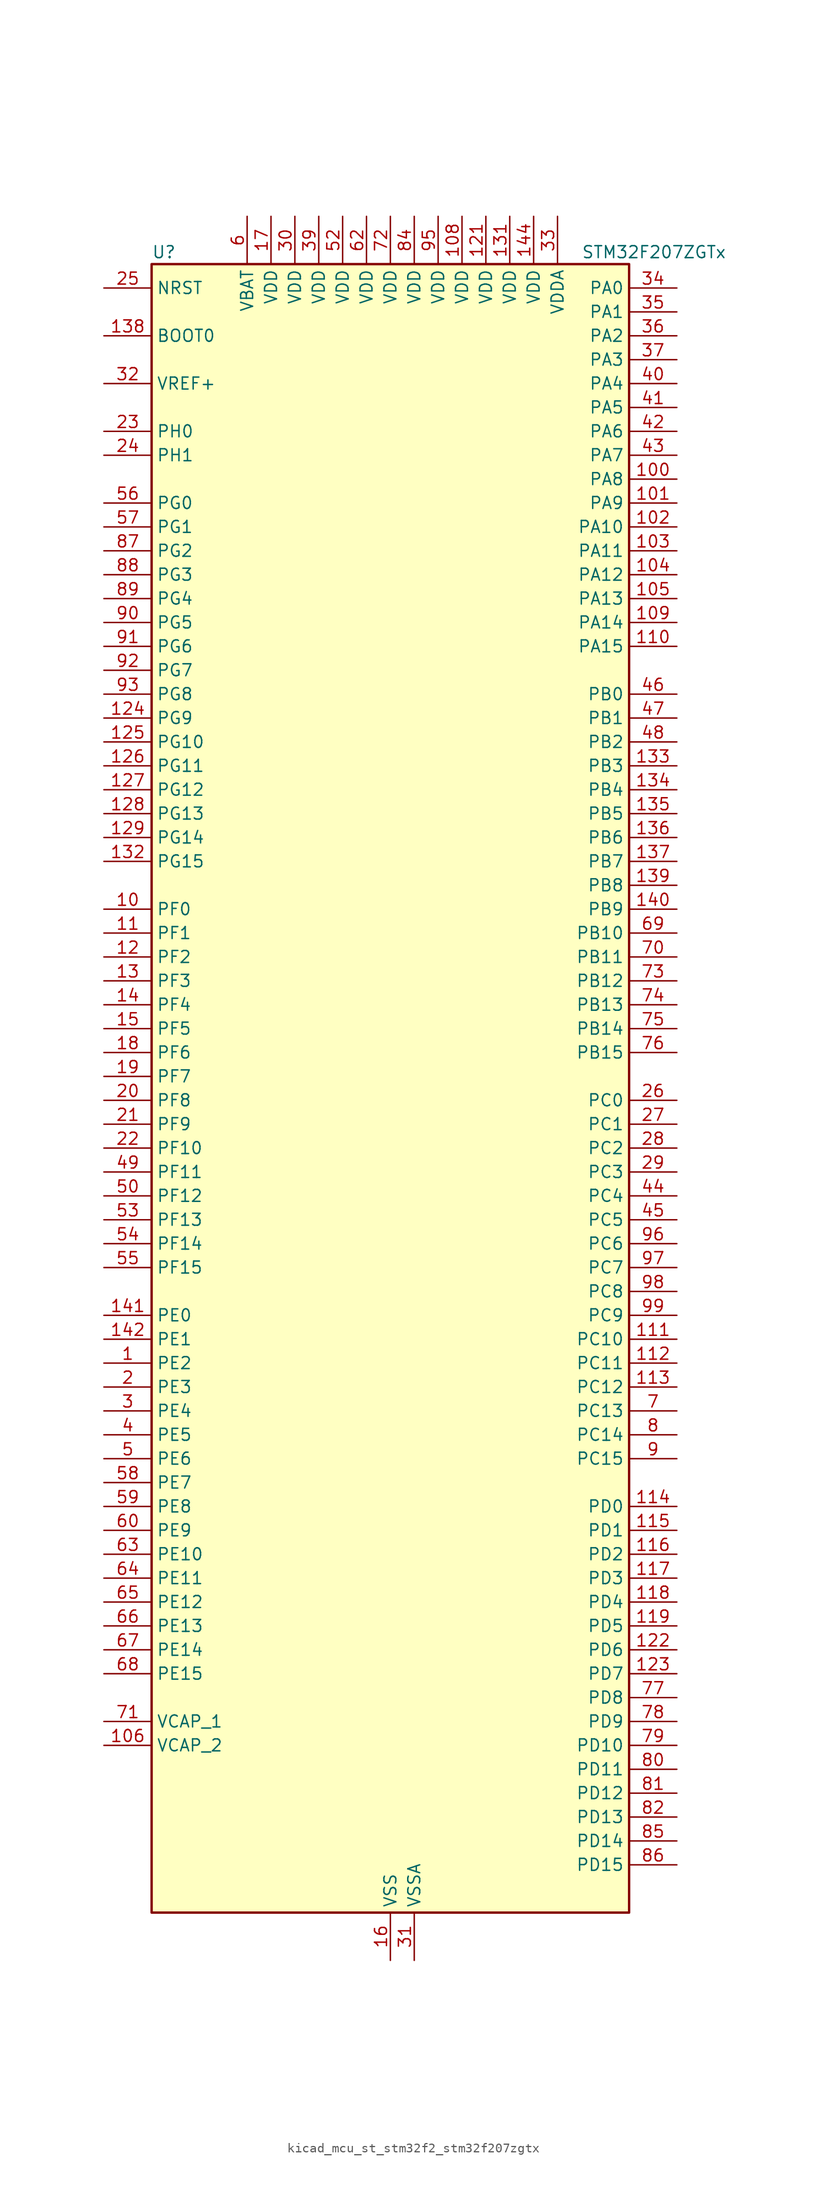
<source format=kicad_sym>
(kicad_symbol_lib
  (version 20220914)
  (generator kicad_symbol_editor)
  (symbol "kicad_mcu_st_stm32f2_stm32f207zgtx"
    (property "Reference" "U"
      (at -25.4 90.17 0)
      (effects (font (size 1.27 1.27)) (justify left)))
    (property "Value" "STM32F207ZGTx"
      (at 20.32 90.17 0)
      (effects (font (size 1.27 1.27)) (justify left)))
    (property "ki_locked" ""
      (at 0 0 0)
      (effects (font (size 1.27 1.27))))
    (symbol "kicad_mcu_st_stm32f2_stm32f207zgtx_0_1"
      (rectangle (start -25.4 -86.36) (end 25.4 88.9) (stroke (width 0.254) (type default)) (fill (type background))))
    (symbol "kicad_mcu_st_stm32f2_stm32f207zgtx_1_1"
      (pin bidirectional line (at -30.48 -27.94 0) (length 5.08) (name "PE2" (effects (font (size 1.27 1.27)))) (number "1" (effects (font (size 1.27 1.27)))) (alternate "ETH_TXD3" bidirectional line) (alternate "FSMC_A23" bidirectional line) (alternate "SYS_TRACECLK" bidirectional line))
      (pin bidirectional line (at -30.48 20.32 0) (length 5.08) (name "PF0" (effects (font (size 1.27 1.27)))) (number "10" (effects (font (size 1.27 1.27)))) (alternate "FSMC_A0" bidirectional line) (alternate "I2C2_SDA" bidirectional line))
      (pin bidirectional line (at 30.48 66.04 180) (length 5.08) (name "PA8" (effects (font (size 1.27 1.27)))) (number "100" (effects (font (size 1.27 1.27)))) (alternate "I2C3_SCL" bidirectional line) (alternate "RCC_MCO_1" bidirectional line) (alternate "TIM1_CH1" bidirectional line) (alternate "USART1_CK" bidirectional line) (alternate "USB_OTG_FS_SOF" bidirectional line))
      (pin bidirectional line (at 30.48 63.5 180) (length 5.08) (name "PA9" (effects (font (size 1.27 1.27)))) (number "101" (effects (font (size 1.27 1.27)))) (alternate "DAC_EXTI9" bidirectional line) (alternate "DCMI_D0" bidirectional line) (alternate "I2C3_SMBA" bidirectional line) (alternate "TIM1_CH2" bidirectional line) (alternate "USART1_TX" bidirectional line) (alternate "USB_OTG_FS_VBUS" bidirectional line))
      (pin bidirectional line (at 30.48 60.96 180) (length 5.08) (name "PA10" (effects (font (size 1.27 1.27)))) (number "102" (effects (font (size 1.27 1.27)))) (alternate "DCMI_D1" bidirectional line) (alternate "TIM1_CH3" bidirectional line) (alternate "USART1_RX" bidirectional line) (alternate "USB_OTG_FS_ID" bidirectional line))
      (pin bidirectional line (at 30.48 58.42 180) (length 5.08) (name "PA11" (effects (font (size 1.27 1.27)))) (number "103" (effects (font (size 1.27 1.27)))) (alternate "ADC1_EXTI11" bidirectional line) (alternate "ADC2_EXTI11" bidirectional line) (alternate "ADC3_EXTI11" bidirectional line) (alternate "CAN1_RX" bidirectional line) (alternate "TIM1_CH4" bidirectional line) (alternate "USART1_CTS" bidirectional line) (alternate "USB_OTG_FS_DM" bidirectional line))
      (pin bidirectional line (at 30.48 55.88 180) (length 5.08) (name "PA12" (effects (font (size 1.27 1.27)))) (number "104" (effects (font (size 1.27 1.27)))) (alternate "CAN1_TX" bidirectional line) (alternate "TIM1_ETR" bidirectional line) (alternate "USART1_RTS" bidirectional line) (alternate "USB_OTG_FS_DP" bidirectional line))
      (pin bidirectional line (at 30.48 53.34 180) (length 5.08) (name "PA13" (effects (font (size 1.27 1.27)))) (number "105" (effects (font (size 1.27 1.27)))) (alternate "SYS_JTMS-SWDIO" bidirectional line))
      (pin power_out line (at -30.48 -68.58 0) (length 5.08) (name "VCAP_2" (effects (font (size 1.27 1.27)))) (number "106" (effects (font (size 1.27 1.27)))))
      (pin passive line (at 0 -91.44 90) (length 5.08) hide (name "VSS" (effects (font (size 1.27 1.27)))) (number "107" (effects (font (size 1.27 1.27)))))
      (pin power_in line (at 7.62 93.98 270) (length 5.08) (name "VDD" (effects (font (size 1.27 1.27)))) (number "108" (effects (font (size 1.27 1.27)))))
      (pin bidirectional line (at 30.48 50.8 180) (length 5.08) (name "PA14" (effects (font (size 1.27 1.27)))) (number "109" (effects (font (size 1.27 1.27)))) (alternate "SYS_JTCK-SWCLK" bidirectional line))
      (pin bidirectional line (at -30.48 17.78 0) (length 5.08) (name "PF1" (effects (font (size 1.27 1.27)))) (number "11" (effects (font (size 1.27 1.27)))) (alternate "FSMC_A1" bidirectional line) (alternate "I2C2_SCL" bidirectional line))
      (pin bidirectional line (at 30.48 48.26 180) (length 5.08) (name "PA15" (effects (font (size 1.27 1.27)))) (number "110" (effects (font (size 1.27 1.27)))) (alternate "ADC1_EXTI15" bidirectional line) (alternate "ADC2_EXTI15" bidirectional line) (alternate "ADC3_EXTI15" bidirectional line) (alternate "I2S3_WS" bidirectional line) (alternate "SPI1_NSS" bidirectional line) (alternate "SPI3_NSS" bidirectional line) (alternate "SYS_JTDI" bidirectional line) (alternate "TIM2_CH1" bidirectional line) (alternate "TIM2_ETR" bidirectional line))
      (pin bidirectional line (at 30.48 -25.4 180) (length 5.08) (name "PC10" (effects (font (size 1.27 1.27)))) (number "111" (effects (font (size 1.27 1.27)))) (alternate "DCMI_D8" bidirectional line) (alternate "I2S3_SCK" bidirectional line) (alternate "SDIO_D2" bidirectional line) (alternate "SPI3_SCK" bidirectional line) (alternate "UART4_TX" bidirectional line) (alternate "USART3_TX" bidirectional line))
      (pin bidirectional line (at 30.48 -27.94 180) (length 5.08) (name "PC11" (effects (font (size 1.27 1.27)))) (number "112" (effects (font (size 1.27 1.27)))) (alternate "ADC1_EXTI11" bidirectional line) (alternate "ADC2_EXTI11" bidirectional line) (alternate "ADC3_EXTI11" bidirectional line) (alternate "DCMI_D4" bidirectional line) (alternate "SDIO_D3" bidirectional line) (alternate "SPI3_MISO" bidirectional line) (alternate "UART4_RX" bidirectional line) (alternate "USART3_RX" bidirectional line))
      (pin bidirectional line (at 30.48 -30.48 180) (length 5.08) (name "PC12" (effects (font (size 1.27 1.27)))) (number "113" (effects (font (size 1.27 1.27)))) (alternate "DCMI_D9" bidirectional line) (alternate "I2S3_SD" bidirectional line) (alternate "SDIO_CK" bidirectional line) (alternate "SPI3_MOSI" bidirectional line) (alternate "UART5_TX" bidirectional line) (alternate "USART3_CK" bidirectional line))
      (pin bidirectional line (at 30.48 -43.18 180) (length 5.08) (name "PD0" (effects (font (size 1.27 1.27)))) (number "114" (effects (font (size 1.27 1.27)))) (alternate "CAN1_RX" bidirectional line) (alternate "FSMC_D2" bidirectional line) (alternate "FSMC_DA2" bidirectional line))
      (pin bidirectional line (at 30.48 -45.72 180) (length 5.08) (name "PD1" (effects (font (size 1.27 1.27)))) (number "115" (effects (font (size 1.27 1.27)))) (alternate "CAN1_TX" bidirectional line) (alternate "FSMC_D3" bidirectional line) (alternate "FSMC_DA3" bidirectional line))
      (pin bidirectional line (at 30.48 -48.26 180) (length 5.08) (name "PD2" (effects (font (size 1.27 1.27)))) (number "116" (effects (font (size 1.27 1.27)))) (alternate "DCMI_D11" bidirectional line) (alternate "SDIO_CMD" bidirectional line) (alternate "TIM3_ETR" bidirectional line) (alternate "UART5_RX" bidirectional line))
      (pin bidirectional line (at 30.48 -50.8 180) (length 5.08) (name "PD3" (effects (font (size 1.27 1.27)))) (number "117" (effects (font (size 1.27 1.27)))) (alternate "FSMC_CLK" bidirectional line) (alternate "USART2_CTS" bidirectional line))
      (pin bidirectional line (at 30.48 -53.34 180) (length 5.08) (name "PD4" (effects (font (size 1.27 1.27)))) (number "118" (effects (font (size 1.27 1.27)))) (alternate "FSMC_NOE" bidirectional line) (alternate "USART2_RTS" bidirectional line))
      (pin bidirectional line (at 30.48 -55.88 180) (length 5.08) (name "PD5" (effects (font (size 1.27 1.27)))) (number "119" (effects (font (size 1.27 1.27)))) (alternate "FSMC_NWE" bidirectional line) (alternate "USART2_TX" bidirectional line))
      (pin bidirectional line (at -30.48 15.24 0) (length 5.08) (name "PF2" (effects (font (size 1.27 1.27)))) (number "12" (effects (font (size 1.27 1.27)))) (alternate "FSMC_A2" bidirectional line) (alternate "I2C2_SMBA" bidirectional line))
      (pin passive line (at 0 -91.44 90) (length 5.08) hide (name "VSS" (effects (font (size 1.27 1.27)))) (number "120" (effects (font (size 1.27 1.27)))))
      (pin power_in line (at 10.16 93.98 270) (length 5.08) (name "VDD" (effects (font (size 1.27 1.27)))) (number "121" (effects (font (size 1.27 1.27)))))
      (pin bidirectional line (at 30.48 -58.42 180) (length 5.08) (name "PD6" (effects (font (size 1.27 1.27)))) (number "122" (effects (font (size 1.27 1.27)))) (alternate "FSMC_NWAIT" bidirectional line) (alternate "USART2_RX" bidirectional line))
      (pin bidirectional line (at 30.48 -60.96 180) (length 5.08) (name "PD7" (effects (font (size 1.27 1.27)))) (number "123" (effects (font (size 1.27 1.27)))) (alternate "FSMC_NCE2" bidirectional line) (alternate "FSMC_NE1" bidirectional line) (alternate "USART2_CK" bidirectional line))
      (pin bidirectional line (at -30.48 40.64 0) (length 5.08) (name "PG9" (effects (font (size 1.27 1.27)))) (number "124" (effects (font (size 1.27 1.27)))) (alternate "DAC_EXTI9" bidirectional line) (alternate "FSMC_NCE3" bidirectional line) (alternate "FSMC_NE2" bidirectional line) (alternate "USART6_RX" bidirectional line))
      (pin bidirectional line (at -30.48 38.1 0) (length 5.08) (name "PG10" (effects (font (size 1.27 1.27)))) (number "125" (effects (font (size 1.27 1.27)))) (alternate "FSMC_NCE4_1" bidirectional line) (alternate "FSMC_NE3" bidirectional line))
      (pin bidirectional line (at -30.48 35.56 0) (length 5.08) (name "PG11" (effects (font (size 1.27 1.27)))) (number "126" (effects (font (size 1.27 1.27)))) (alternate "ADC1_EXTI11" bidirectional line) (alternate "ADC2_EXTI11" bidirectional line) (alternate "ADC3_EXTI11" bidirectional line) (alternate "ETH_TX_EN" bidirectional line) (alternate "FSMC_NCE4_2" bidirectional line))
      (pin bidirectional line (at -30.48 33.02 0) (length 5.08) (name "PG12" (effects (font (size 1.27 1.27)))) (number "127" (effects (font (size 1.27 1.27)))) (alternate "FSMC_NE4" bidirectional line) (alternate "USART6_RTS" bidirectional line))
      (pin bidirectional line (at -30.48 30.48 0) (length 5.08) (name "PG13" (effects (font (size 1.27 1.27)))) (number "128" (effects (font (size 1.27 1.27)))) (alternate "ETH_TXD0" bidirectional line) (alternate "FSMC_A24" bidirectional line) (alternate "USART6_CTS" bidirectional line))
      (pin bidirectional line (at -30.48 27.94 0) (length 5.08) (name "PG14" (effects (font (size 1.27 1.27)))) (number "129" (effects (font (size 1.27 1.27)))) (alternate "ETH_TXD1" bidirectional line) (alternate "FSMC_A25" bidirectional line) (alternate "USART6_TX" bidirectional line))
      (pin bidirectional line (at -30.48 12.7 0) (length 5.08) (name "PF3" (effects (font (size 1.27 1.27)))) (number "13" (effects (font (size 1.27 1.27)))) (alternate "ADC3_IN9" bidirectional line) (alternate "FSMC_A3" bidirectional line))
      (pin passive line (at 0 -91.44 90) (length 5.08) hide (name "VSS" (effects (font (size 1.27 1.27)))) (number "130" (effects (font (size 1.27 1.27)))))
      (pin power_in line (at 12.7 93.98 270) (length 5.08) (name "VDD" (effects (font (size 1.27 1.27)))) (number "131" (effects (font (size 1.27 1.27)))))
      (pin bidirectional line (at -30.48 25.4 0) (length 5.08) (name "PG15" (effects (font (size 1.27 1.27)))) (number "132" (effects (font (size 1.27 1.27)))) (alternate "ADC1_EXTI15" bidirectional line) (alternate "ADC2_EXTI15" bidirectional line) (alternate "ADC3_EXTI15" bidirectional line) (alternate "DCMI_D13" bidirectional line) (alternate "USART6_CTS" bidirectional line))
      (pin bidirectional line (at 30.48 35.56 180) (length 5.08) (name "PB3" (effects (font (size 1.27 1.27)))) (number "133" (effects (font (size 1.27 1.27)))) (alternate "I2S3_SCK" bidirectional line) (alternate "SPI1_SCK" bidirectional line) (alternate "SPI3_SCK" bidirectional line) (alternate "SYS_JTDO-SWO" bidirectional line) (alternate "TIM2_CH2" bidirectional line))
      (pin bidirectional line (at 30.48 33.02 180) (length 5.08) (name "PB4" (effects (font (size 1.27 1.27)))) (number "134" (effects (font (size 1.27 1.27)))) (alternate "SPI1_MISO" bidirectional line) (alternate "SPI3_MISO" bidirectional line) (alternate "SYS_JTRST" bidirectional line) (alternate "TIM3_CH1" bidirectional line))
      (pin bidirectional line (at 30.48 30.48 180) (length 5.08) (name "PB5" (effects (font (size 1.27 1.27)))) (number "135" (effects (font (size 1.27 1.27)))) (alternate "CAN2_RX" bidirectional line) (alternate "DCMI_D10" bidirectional line) (alternate "ETH_PPS_OUT" bidirectional line) (alternate "I2C1_SMBA" bidirectional line) (alternate "I2S3_SD" bidirectional line) (alternate "SPI1_MOSI" bidirectional line) (alternate "SPI3_MOSI" bidirectional line) (alternate "TIM3_CH2" bidirectional line) (alternate "USB_OTG_HS_ULPI_D7" bidirectional line))
      (pin bidirectional line (at 30.48 27.94 180) (length 5.08) (name "PB6" (effects (font (size 1.27 1.27)))) (number "136" (effects (font (size 1.27 1.27)))) (alternate "CAN2_TX" bidirectional line) (alternate "DCMI_D5" bidirectional line) (alternate "I2C1_SCL" bidirectional line) (alternate "TIM4_CH1" bidirectional line) (alternate "USART1_TX" bidirectional line))
      (pin bidirectional line (at 30.48 25.4 180) (length 5.08) (name "PB7" (effects (font (size 1.27 1.27)))) (number "137" (effects (font (size 1.27 1.27)))) (alternate "DCMI_VSYNC" bidirectional line) (alternate "FSMC_NL" bidirectional line) (alternate "I2C1_SDA" bidirectional line) (alternate "TIM4_CH2" bidirectional line) (alternate "USART1_RX" bidirectional line))
      (pin input line (at -30.48 81.28 0) (length 5.08) (name "BOOT0" (effects (font (size 1.27 1.27)))) (number "138" (effects (font (size 1.27 1.27)))))
      (pin bidirectional line (at 30.48 22.86 180) (length 5.08) (name "PB8" (effects (font (size 1.27 1.27)))) (number "139" (effects (font (size 1.27 1.27)))) (alternate "CAN1_RX" bidirectional line) (alternate "DCMI_D6" bidirectional line) (alternate "ETH_TXD3" bidirectional line) (alternate "I2C1_SCL" bidirectional line) (alternate "SDIO_D4" bidirectional line) (alternate "TIM10_CH1" bidirectional line) (alternate "TIM4_CH3" bidirectional line))
      (pin bidirectional line (at -30.48 10.16 0) (length 5.08) (name "PF4" (effects (font (size 1.27 1.27)))) (number "14" (effects (font (size 1.27 1.27)))) (alternate "ADC3_IN14" bidirectional line) (alternate "FSMC_A4" bidirectional line))
      (pin bidirectional line (at 30.48 20.32 180) (length 5.08) (name "PB9" (effects (font (size 1.27 1.27)))) (number "140" (effects (font (size 1.27 1.27)))) (alternate "CAN1_TX" bidirectional line) (alternate "DAC_EXTI9" bidirectional line) (alternate "DCMI_D7" bidirectional line) (alternate "I2C1_SDA" bidirectional line) (alternate "I2S2_WS" bidirectional line) (alternate "SDIO_D5" bidirectional line) (alternate "SPI2_NSS" bidirectional line) (alternate "TIM11_CH1" bidirectional line) (alternate "TIM4_CH4" bidirectional line))
      (pin bidirectional line (at -30.48 -22.86 0) (length 5.08) (name "PE0" (effects (font (size 1.27 1.27)))) (number "141" (effects (font (size 1.27 1.27)))) (alternate "DCMI_D2" bidirectional line) (alternate "FSMC_NBL0" bidirectional line) (alternate "TIM4_ETR" bidirectional line))
      (pin bidirectional line (at -30.48 -25.4 0) (length 5.08) (name "PE1" (effects (font (size 1.27 1.27)))) (number "142" (effects (font (size 1.27 1.27)))) (alternate "DCMI_D3" bidirectional line) (alternate "FSMC_NBL1" bidirectional line))
      (pin no_connect line (at -25.4 -86.36 0) (length 5.08) hide (name "RFU" (effects (font (size 1.27 1.27)))) (number "143" (effects (font (size 1.27 1.27)))))
      (pin power_in line (at 15.24 93.98 270) (length 5.08) (name "VDD" (effects (font (size 1.27 1.27)))) (number "144" (effects (font (size 1.27 1.27)))))
      (pin bidirectional line (at -30.48 7.62 0) (length 5.08) (name "PF5" (effects (font (size 1.27 1.27)))) (number "15" (effects (font (size 1.27 1.27)))) (alternate "ADC3_IN15" bidirectional line) (alternate "FSMC_A5" bidirectional line))
      (pin power_in line (at 0 -91.44 90) (length 5.08) (name "VSS" (effects (font (size 1.27 1.27)))) (number "16" (effects (font (size 1.27 1.27)))))
      (pin power_in line (at -12.7 93.98 270) (length 5.08) (name "VDD" (effects (font (size 1.27 1.27)))) (number "17" (effects (font (size 1.27 1.27)))))
      (pin bidirectional line (at -30.48 5.08 0) (length 5.08) (name "PF6" (effects (font (size 1.27 1.27)))) (number "18" (effects (font (size 1.27 1.27)))) (alternate "ADC3_IN4" bidirectional line) (alternate "FSMC_NIORD" bidirectional line) (alternate "TIM10_CH1" bidirectional line))
      (pin bidirectional line (at -30.48 2.54 0) (length 5.08) (name "PF7" (effects (font (size 1.27 1.27)))) (number "19" (effects (font (size 1.27 1.27)))) (alternate "ADC3_IN5" bidirectional line) (alternate "FSMC_NREG" bidirectional line) (alternate "TIM11_CH1" bidirectional line))
      (pin bidirectional line (at -30.48 -30.48 0) (length 5.08) (name "PE3" (effects (font (size 1.27 1.27)))) (number "2" (effects (font (size 1.27 1.27)))) (alternate "FSMC_A19" bidirectional line) (alternate "SYS_TRACED0" bidirectional line))
      (pin bidirectional line (at -30.48 0 0) (length 5.08) (name "PF8" (effects (font (size 1.27 1.27)))) (number "20" (effects (font (size 1.27 1.27)))) (alternate "ADC3_IN6" bidirectional line) (alternate "FSMC_NIOWR" bidirectional line) (alternate "TIM13_CH1" bidirectional line))
      (pin bidirectional line (at -30.48 -2.54 0) (length 5.08) (name "PF9" (effects (font (size 1.27 1.27)))) (number "21" (effects (font (size 1.27 1.27)))) (alternate "ADC3_IN7" bidirectional line) (alternate "DAC_EXTI9" bidirectional line) (alternate "FSMC_CD" bidirectional line) (alternate "TIM14_CH1" bidirectional line))
      (pin bidirectional line (at -30.48 -5.08 0) (length 5.08) (name "PF10" (effects (font (size 1.27 1.27)))) (number "22" (effects (font (size 1.27 1.27)))) (alternate "ADC3_IN8" bidirectional line) (alternate "FSMC_INTR" bidirectional line))
      (pin bidirectional line (at -30.48 71.12 0) (length 5.08) (name "PH0" (effects (font (size 1.27 1.27)))) (number "23" (effects (font (size 1.27 1.27)))) (alternate "RCC_OSC_IN" bidirectional line))
      (pin bidirectional line (at -30.48 68.58 0) (length 5.08) (name "PH1" (effects (font (size 1.27 1.27)))) (number "24" (effects (font (size 1.27 1.27)))) (alternate "RCC_OSC_OUT" bidirectional line))
      (pin input line (at -30.48 86.36 0) (length 5.08) (name "NRST" (effects (font (size 1.27 1.27)))) (number "25" (effects (font (size 1.27 1.27)))))
      (pin bidirectional line (at 30.48 0 180) (length 5.08) (name "PC0" (effects (font (size 1.27 1.27)))) (number "26" (effects (font (size 1.27 1.27)))) (alternate "ADC1_IN10" bidirectional line) (alternate "ADC2_IN10" bidirectional line) (alternate "ADC3_IN10" bidirectional line) (alternate "USB_OTG_HS_ULPI_STP" bidirectional line))
      (pin bidirectional line (at 30.48 -2.54 180) (length 5.08) (name "PC1" (effects (font (size 1.27 1.27)))) (number "27" (effects (font (size 1.27 1.27)))) (alternate "ADC1_IN11" bidirectional line) (alternate "ADC2_IN11" bidirectional line) (alternate "ADC3_IN11" bidirectional line) (alternate "ETH_MDC" bidirectional line))
      (pin bidirectional line (at 30.48 -5.08 180) (length 5.08) (name "PC2" (effects (font (size 1.27 1.27)))) (number "28" (effects (font (size 1.27 1.27)))) (alternate "ADC1_IN12" bidirectional line) (alternate "ADC2_IN12" bidirectional line) (alternate "ADC3_IN12" bidirectional line) (alternate "ETH_TXD2" bidirectional line) (alternate "SPI2_MISO" bidirectional line) (alternate "USB_OTG_HS_ULPI_DIR" bidirectional line))
      (pin bidirectional line (at 30.48 -7.62 180) (length 5.08) (name "PC3" (effects (font (size 1.27 1.27)))) (number "29" (effects (font (size 1.27 1.27)))) (alternate "ADC1_IN13" bidirectional line) (alternate "ADC2_IN13" bidirectional line) (alternate "ADC3_IN13" bidirectional line) (alternate "ETH_TX_CLK" bidirectional line) (alternate "I2S2_SD" bidirectional line) (alternate "SPI2_MOSI" bidirectional line) (alternate "USB_OTG_HS_ULPI_NXT" bidirectional line))
      (pin bidirectional line (at -30.48 -33.02 0) (length 5.08) (name "PE4" (effects (font (size 1.27 1.27)))) (number "3" (effects (font (size 1.27 1.27)))) (alternate "DCMI_D4" bidirectional line) (alternate "FSMC_A20" bidirectional line) (alternate "SYS_TRACED1" bidirectional line))
      (pin power_in line (at -10.16 93.98 270) (length 5.08) (name "VDD" (effects (font (size 1.27 1.27)))) (number "30" (effects (font (size 1.27 1.27)))))
      (pin power_in line (at 2.54 -91.44 90) (length 5.08) (name "VSSA" (effects (font (size 1.27 1.27)))) (number "31" (effects (font (size 1.27 1.27)))))
      (pin input line (at -30.48 76.2 0) (length 5.08) (name "VREF+" (effects (font (size 1.27 1.27)))) (number "32" (effects (font (size 1.27 1.27)))))
      (pin power_in line (at 17.78 93.98 270) (length 5.08) (name "VDDA" (effects (font (size 1.27 1.27)))) (number "33" (effects (font (size 1.27 1.27)))))
      (pin bidirectional line (at 30.48 86.36 180) (length 5.08) (name "PA0" (effects (font (size 1.27 1.27)))) (number "34" (effects (font (size 1.27 1.27)))) (alternate "ADC1_IN0" bidirectional line) (alternate "ADC2_IN0" bidirectional line) (alternate "ADC3_IN0" bidirectional line) (alternate "ETH_CRS" bidirectional line) (alternate "SYS_WKUP" bidirectional line) (alternate "TIM2_CH1" bidirectional line) (alternate "TIM2_ETR" bidirectional line) (alternate "TIM5_CH1" bidirectional line) (alternate "TIM8_ETR" bidirectional line) (alternate "UART4_TX" bidirectional line) (alternate "USART2_CTS" bidirectional line))
      (pin bidirectional line (at 30.48 83.82 180) (length 5.08) (name "PA1" (effects (font (size 1.27 1.27)))) (number "35" (effects (font (size 1.27 1.27)))) (alternate "ADC1_IN1" bidirectional line) (alternate "ADC2_IN1" bidirectional line) (alternate "ADC3_IN1" bidirectional line) (alternate "ETH_REF_CLK" bidirectional line) (alternate "ETH_RX_CLK" bidirectional line) (alternate "TIM2_CH2" bidirectional line) (alternate "TIM5_CH2" bidirectional line) (alternate "UART4_RX" bidirectional line) (alternate "USART2_RTS" bidirectional line))
      (pin bidirectional line (at 30.48 81.28 180) (length 5.08) (name "PA2" (effects (font (size 1.27 1.27)))) (number "36" (effects (font (size 1.27 1.27)))) (alternate "ADC1_IN2" bidirectional line) (alternate "ADC2_IN2" bidirectional line) (alternate "ADC3_IN2" bidirectional line) (alternate "ETH_MDIO" bidirectional line) (alternate "TIM2_CH3" bidirectional line) (alternate "TIM5_CH3" bidirectional line) (alternate "TIM9_CH1" bidirectional line) (alternate "USART2_TX" bidirectional line))
      (pin bidirectional line (at 30.48 78.74 180) (length 5.08) (name "PA3" (effects (font (size 1.27 1.27)))) (number "37" (effects (font (size 1.27 1.27)))) (alternate "ADC1_IN3" bidirectional line) (alternate "ADC2_IN3" bidirectional line) (alternate "ADC3_IN3" bidirectional line) (alternate "ETH_COL" bidirectional line) (alternate "TIM2_CH4" bidirectional line) (alternate "TIM5_CH4" bidirectional line) (alternate "TIM9_CH2" bidirectional line) (alternate "USART2_RX" bidirectional line) (alternate "USB_OTG_HS_ULPI_D0" bidirectional line))
      (pin passive line (at 0 -91.44 90) (length 5.08) hide (name "VSS" (effects (font (size 1.27 1.27)))) (number "38" (effects (font (size 1.27 1.27)))))
      (pin power_in line (at -7.62 93.98 270) (length 5.08) (name "VDD" (effects (font (size 1.27 1.27)))) (number "39" (effects (font (size 1.27 1.27)))))
      (pin bidirectional line (at -30.48 -35.56 0) (length 5.08) (name "PE5" (effects (font (size 1.27 1.27)))) (number "4" (effects (font (size 1.27 1.27)))) (alternate "DCMI_D6" bidirectional line) (alternate "FSMC_A21" bidirectional line) (alternate "SYS_TRACED2" bidirectional line) (alternate "TIM9_CH1" bidirectional line))
      (pin bidirectional line (at 30.48 76.2 180) (length 5.08) (name "PA4" (effects (font (size 1.27 1.27)))) (number "40" (effects (font (size 1.27 1.27)))) (alternate "ADC1_IN4" bidirectional line) (alternate "ADC2_IN4" bidirectional line) (alternate "DAC_OUT1" bidirectional line) (alternate "DCMI_HSYNC" bidirectional line) (alternate "I2S3_WS" bidirectional line) (alternate "SPI1_NSS" bidirectional line) (alternate "SPI3_NSS" bidirectional line) (alternate "USART2_CK" bidirectional line) (alternate "USB_OTG_HS_SOF" bidirectional line))
      (pin bidirectional line (at 30.48 73.66 180) (length 5.08) (name "PA5" (effects (font (size 1.27 1.27)))) (number "41" (effects (font (size 1.27 1.27)))) (alternate "ADC1_IN5" bidirectional line) (alternate "ADC2_IN5" bidirectional line) (alternate "DAC_OUT2" bidirectional line) (alternate "SPI1_SCK" bidirectional line) (alternate "TIM2_CH1" bidirectional line) (alternate "TIM2_ETR" bidirectional line) (alternate "TIM8_CH1N" bidirectional line) (alternate "USB_OTG_HS_ULPI_CK" bidirectional line))
      (pin bidirectional line (at 30.48 71.12 180) (length 5.08) (name "PA6" (effects (font (size 1.27 1.27)))) (number "42" (effects (font (size 1.27 1.27)))) (alternate "ADC1_IN6" bidirectional line) (alternate "ADC2_IN6" bidirectional line) (alternate "DCMI_PIXCLK" bidirectional line) (alternate "SPI1_MISO" bidirectional line) (alternate "TIM13_CH1" bidirectional line) (alternate "TIM1_BKIN" bidirectional line) (alternate "TIM3_CH1" bidirectional line) (alternate "TIM8_BKIN" bidirectional line))
      (pin bidirectional line (at 30.48 68.58 180) (length 5.08) (name "PA7" (effects (font (size 1.27 1.27)))) (number "43" (effects (font (size 1.27 1.27)))) (alternate "ADC1_IN7" bidirectional line) (alternate "ADC2_IN7" bidirectional line) (alternate "ETH_CRS_DV" bidirectional line) (alternate "ETH_RX_DV" bidirectional line) (alternate "SPI1_MOSI" bidirectional line) (alternate "TIM14_CH1" bidirectional line) (alternate "TIM1_CH1N" bidirectional line) (alternate "TIM3_CH2" bidirectional line) (alternate "TIM8_CH1N" bidirectional line))
      (pin bidirectional line (at 30.48 -10.16 180) (length 5.08) (name "PC4" (effects (font (size 1.27 1.27)))) (number "44" (effects (font (size 1.27 1.27)))) (alternate "ADC1_IN14" bidirectional line) (alternate "ADC2_IN14" bidirectional line) (alternate "ETH_RXD0" bidirectional line))
      (pin bidirectional line (at 30.48 -12.7 180) (length 5.08) (name "PC5" (effects (font (size 1.27 1.27)))) (number "45" (effects (font (size 1.27 1.27)))) (alternate "ADC1_IN15" bidirectional line) (alternate "ADC2_IN15" bidirectional line) (alternate "ETH_RXD1" bidirectional line))
      (pin bidirectional line (at 30.48 43.18 180) (length 5.08) (name "PB0" (effects (font (size 1.27 1.27)))) (number "46" (effects (font (size 1.27 1.27)))) (alternate "ADC1_IN8" bidirectional line) (alternate "ADC2_IN8" bidirectional line) (alternate "ETH_RXD2" bidirectional line) (alternate "TIM1_CH2N" bidirectional line) (alternate "TIM3_CH3" bidirectional line) (alternate "TIM8_CH2N" bidirectional line) (alternate "USB_OTG_HS_ULPI_D1" bidirectional line))
      (pin bidirectional line (at 30.48 40.64 180) (length 5.08) (name "PB1" (effects (font (size 1.27 1.27)))) (number "47" (effects (font (size 1.27 1.27)))) (alternate "ADC1_IN9" bidirectional line) (alternate "ADC2_IN9" bidirectional line) (alternate "ETH_RXD3" bidirectional line) (alternate "TIM1_CH3N" bidirectional line) (alternate "TIM3_CH4" bidirectional line) (alternate "TIM8_CH3N" bidirectional line) (alternate "USB_OTG_HS_ULPI_D2" bidirectional line))
      (pin bidirectional line (at 30.48 38.1 180) (length 5.08) (name "PB2" (effects (font (size 1.27 1.27)))) (number "48" (effects (font (size 1.27 1.27)))))
      (pin bidirectional line (at -30.48 -7.62 0) (length 5.08) (name "PF11" (effects (font (size 1.27 1.27)))) (number "49" (effects (font (size 1.27 1.27)))) (alternate "ADC1_EXTI11" bidirectional line) (alternate "ADC2_EXTI11" bidirectional line) (alternate "ADC3_EXTI11" bidirectional line) (alternate "DCMI_D12" bidirectional line))
      (pin bidirectional line (at -30.48 -38.1 0) (length 5.08) (name "PE6" (effects (font (size 1.27 1.27)))) (number "5" (effects (font (size 1.27 1.27)))) (alternate "DCMI_D7" bidirectional line) (alternate "FSMC_A22" bidirectional line) (alternate "SYS_TRACED3" bidirectional line) (alternate "TIM9_CH2" bidirectional line))
      (pin bidirectional line (at -30.48 -10.16 0) (length 5.08) (name "PF12" (effects (font (size 1.27 1.27)))) (number "50" (effects (font (size 1.27 1.27)))) (alternate "FSMC_A6" bidirectional line))
      (pin passive line (at 0 -91.44 90) (length 5.08) hide (name "VSS" (effects (font (size 1.27 1.27)))) (number "51" (effects (font (size 1.27 1.27)))))
      (pin power_in line (at -5.08 93.98 270) (length 5.08) (name "VDD" (effects (font (size 1.27 1.27)))) (number "52" (effects (font (size 1.27 1.27)))))
      (pin bidirectional line (at -30.48 -12.7 0) (length 5.08) (name "PF13" (effects (font (size 1.27 1.27)))) (number "53" (effects (font (size 1.27 1.27)))) (alternate "FSMC_A7" bidirectional line))
      (pin bidirectional line (at -30.48 -15.24 0) (length 5.08) (name "PF14" (effects (font (size 1.27 1.27)))) (number "54" (effects (font (size 1.27 1.27)))) (alternate "FSMC_A8" bidirectional line))
      (pin bidirectional line (at -30.48 -17.78 0) (length 5.08) (name "PF15" (effects (font (size 1.27 1.27)))) (number "55" (effects (font (size 1.27 1.27)))) (alternate "ADC1_EXTI15" bidirectional line) (alternate "ADC2_EXTI15" bidirectional line) (alternate "ADC3_EXTI15" bidirectional line) (alternate "FSMC_A9" bidirectional line))
      (pin bidirectional line (at -30.48 63.5 0) (length 5.08) (name "PG0" (effects (font (size 1.27 1.27)))) (number "56" (effects (font (size 1.27 1.27)))) (alternate "FSMC_A10" bidirectional line))
      (pin bidirectional line (at -30.48 60.96 0) (length 5.08) (name "PG1" (effects (font (size 1.27 1.27)))) (number "57" (effects (font (size 1.27 1.27)))) (alternate "FSMC_A11" bidirectional line))
      (pin bidirectional line (at -30.48 -40.64 0) (length 5.08) (name "PE7" (effects (font (size 1.27 1.27)))) (number "58" (effects (font (size 1.27 1.27)))) (alternate "FSMC_D4" bidirectional line) (alternate "FSMC_DA4" bidirectional line) (alternate "TIM1_ETR" bidirectional line))
      (pin bidirectional line (at -30.48 -43.18 0) (length 5.08) (name "PE8" (effects (font (size 1.27 1.27)))) (number "59" (effects (font (size 1.27 1.27)))) (alternate "FSMC_D5" bidirectional line) (alternate "FSMC_DA5" bidirectional line) (alternate "TIM1_CH1N" bidirectional line))
      (pin power_in line (at -15.24 93.98 270) (length 5.08) (name "VBAT" (effects (font (size 1.27 1.27)))) (number "6" (effects (font (size 1.27 1.27)))))
      (pin bidirectional line (at -30.48 -45.72 0) (length 5.08) (name "PE9" (effects (font (size 1.27 1.27)))) (number "60" (effects (font (size 1.27 1.27)))) (alternate "DAC_EXTI9" bidirectional line) (alternate "FSMC_D6" bidirectional line) (alternate "FSMC_DA6" bidirectional line) (alternate "TIM1_CH1" bidirectional line))
      (pin passive line (at 0 -91.44 90) (length 5.08) hide (name "VSS" (effects (font (size 1.27 1.27)))) (number "61" (effects (font (size 1.27 1.27)))))
      (pin power_in line (at -2.54 93.98 270) (length 5.08) (name "VDD" (effects (font (size 1.27 1.27)))) (number "62" (effects (font (size 1.27 1.27)))))
      (pin bidirectional line (at -30.48 -48.26 0) (length 5.08) (name "PE10" (effects (font (size 1.27 1.27)))) (number "63" (effects (font (size 1.27 1.27)))) (alternate "FSMC_D7" bidirectional line) (alternate "FSMC_DA7" bidirectional line) (alternate "TIM1_CH2N" bidirectional line))
      (pin bidirectional line (at -30.48 -50.8 0) (length 5.08) (name "PE11" (effects (font (size 1.27 1.27)))) (number "64" (effects (font (size 1.27 1.27)))) (alternate "ADC1_EXTI11" bidirectional line) (alternate "ADC2_EXTI11" bidirectional line) (alternate "ADC3_EXTI11" bidirectional line) (alternate "FSMC_D8" bidirectional line) (alternate "FSMC_DA8" bidirectional line) (alternate "TIM1_CH2" bidirectional line))
      (pin bidirectional line (at -30.48 -53.34 0) (length 5.08) (name "PE12" (effects (font (size 1.27 1.27)))) (number "65" (effects (font (size 1.27 1.27)))) (alternate "FSMC_D9" bidirectional line) (alternate "FSMC_DA9" bidirectional line) (alternate "TIM1_CH3N" bidirectional line))
      (pin bidirectional line (at -30.48 -55.88 0) (length 5.08) (name "PE13" (effects (font (size 1.27 1.27)))) (number "66" (effects (font (size 1.27 1.27)))) (alternate "FSMC_D10" bidirectional line) (alternate "FSMC_DA10" bidirectional line) (alternate "TIM1_CH3" bidirectional line))
      (pin bidirectional line (at -30.48 -58.42 0) (length 5.08) (name "PE14" (effects (font (size 1.27 1.27)))) (number "67" (effects (font (size 1.27 1.27)))) (alternate "FSMC_D11" bidirectional line) (alternate "FSMC_DA11" bidirectional line) (alternate "TIM1_CH4" bidirectional line))
      (pin bidirectional line (at -30.48 -60.96 0) (length 5.08) (name "PE15" (effects (font (size 1.27 1.27)))) (number "68" (effects (font (size 1.27 1.27)))) (alternate "ADC1_EXTI15" bidirectional line) (alternate "ADC2_EXTI15" bidirectional line) (alternate "ADC3_EXTI15" bidirectional line) (alternate "FSMC_D12" bidirectional line) (alternate "FSMC_DA12" bidirectional line) (alternate "TIM1_BKIN" bidirectional line))
      (pin bidirectional line (at 30.48 17.78 180) (length 5.08) (name "PB10" (effects (font (size 1.27 1.27)))) (number "69" (effects (font (size 1.27 1.27)))) (alternate "ETH_RX_ER" bidirectional line) (alternate "I2C2_SCL" bidirectional line) (alternate "I2S2_SCK" bidirectional line) (alternate "SPI2_SCK" bidirectional line) (alternate "TIM2_CH3" bidirectional line) (alternate "USART3_TX" bidirectional line) (alternate "USB_OTG_HS_ULPI_D3" bidirectional line))
      (pin bidirectional line (at 30.48 -33.02 180) (length 5.08) (name "PC13" (effects (font (size 1.27 1.27)))) (number "7" (effects (font (size 1.27 1.27)))) (alternate "RTC_AF1" bidirectional line))
      (pin bidirectional line (at 30.48 15.24 180) (length 5.08) (name "PB11" (effects (font (size 1.27 1.27)))) (number "70" (effects (font (size 1.27 1.27)))) (alternate "ADC1_EXTI11" bidirectional line) (alternate "ADC2_EXTI11" bidirectional line) (alternate "ADC3_EXTI11" bidirectional line) (alternate "ETH_TX_EN" bidirectional line) (alternate "I2C2_SDA" bidirectional line) (alternate "TIM2_CH4" bidirectional line) (alternate "USART3_RX" bidirectional line) (alternate "USB_OTG_HS_ULPI_D4" bidirectional line))
      (pin power_out line (at -30.48 -66.04 0) (length 5.08) (name "VCAP_1" (effects (font (size 1.27 1.27)))) (number "71" (effects (font (size 1.27 1.27)))))
      (pin power_in line (at 0 93.98 270) (length 5.08) (name "VDD" (effects (font (size 1.27 1.27)))) (number "72" (effects (font (size 1.27 1.27)))))
      (pin bidirectional line (at 30.48 12.7 180) (length 5.08) (name "PB12" (effects (font (size 1.27 1.27)))) (number "73" (effects (font (size 1.27 1.27)))) (alternate "CAN2_RX" bidirectional line) (alternate "ETH_TXD0" bidirectional line) (alternate "I2C2_SMBA" bidirectional line) (alternate "I2S2_WS" bidirectional line) (alternate "SPI2_NSS" bidirectional line) (alternate "TIM1_BKIN" bidirectional line) (alternate "USART3_CK" bidirectional line) (alternate "USB_OTG_HS_ID" bidirectional line) (alternate "USB_OTG_HS_ULPI_D5" bidirectional line))
      (pin bidirectional line (at 30.48 10.16 180) (length 5.08) (name "PB13" (effects (font (size 1.27 1.27)))) (number "74" (effects (font (size 1.27 1.27)))) (alternate "CAN2_TX" bidirectional line) (alternate "ETH_TXD1" bidirectional line) (alternate "I2S2_SCK" bidirectional line) (alternate "SPI2_SCK" bidirectional line) (alternate "TIM1_CH1N" bidirectional line) (alternate "USART3_CTS" bidirectional line) (alternate "USB_OTG_HS_ULPI_D6" bidirectional line) (alternate "USB_OTG_HS_VBUS" bidirectional line))
      (pin bidirectional line (at 30.48 7.62 180) (length 5.08) (name "PB14" (effects (font (size 1.27 1.27)))) (number "75" (effects (font (size 1.27 1.27)))) (alternate "SPI2_MISO" bidirectional line) (alternate "TIM12_CH1" bidirectional line) (alternate "TIM1_CH2N" bidirectional line) (alternate "TIM8_CH2N" bidirectional line) (alternate "USART3_RTS" bidirectional line) (alternate "USB_OTG_HS_DM" bidirectional line))
      (pin bidirectional line (at 30.48 5.08 180) (length 5.08) (name "PB15" (effects (font (size 1.27 1.27)))) (number "76" (effects (font (size 1.27 1.27)))) (alternate "ADC1_EXTI15" bidirectional line) (alternate "ADC2_EXTI15" bidirectional line) (alternate "ADC3_EXTI15" bidirectional line) (alternate "I2S2_SD" bidirectional line) (alternate "RTC_REFIN" bidirectional line) (alternate "SPI2_MOSI" bidirectional line) (alternate "TIM12_CH2" bidirectional line) (alternate "TIM1_CH3N" bidirectional line) (alternate "TIM8_CH3N" bidirectional line) (alternate "USB_OTG_HS_DP" bidirectional line))
      (pin bidirectional line (at 30.48 -63.5 180) (length 5.08) (name "PD8" (effects (font (size 1.27 1.27)))) (number "77" (effects (font (size 1.27 1.27)))) (alternate "FSMC_D13" bidirectional line) (alternate "FSMC_DA13" bidirectional line) (alternate "USART3_TX" bidirectional line))
      (pin bidirectional line (at 30.48 -66.04 180) (length 5.08) (name "PD9" (effects (font (size 1.27 1.27)))) (number "78" (effects (font (size 1.27 1.27)))) (alternate "DAC_EXTI9" bidirectional line) (alternate "FSMC_D14" bidirectional line) (alternate "FSMC_DA14" bidirectional line) (alternate "USART3_RX" bidirectional line))
      (pin bidirectional line (at 30.48 -68.58 180) (length 5.08) (name "PD10" (effects (font (size 1.27 1.27)))) (number "79" (effects (font (size 1.27 1.27)))) (alternate "FSMC_D15" bidirectional line) (alternate "FSMC_DA15" bidirectional line) (alternate "USART3_CK" bidirectional line))
      (pin bidirectional line (at 30.48 -35.56 180) (length 5.08) (name "PC14" (effects (font (size 1.27 1.27)))) (number "8" (effects (font (size 1.27 1.27)))) (alternate "RCC_OSC32_IN" bidirectional line))
      (pin bidirectional line (at 30.48 -71.12 180) (length 5.08) (name "PD11" (effects (font (size 1.27 1.27)))) (number "80" (effects (font (size 1.27 1.27)))) (alternate "ADC1_EXTI11" bidirectional line) (alternate "ADC2_EXTI11" bidirectional line) (alternate "ADC3_EXTI11" bidirectional line) (alternate "FSMC_A16" bidirectional line) (alternate "FSMC_CLE" bidirectional line) (alternate "USART3_CTS" bidirectional line))
      (pin bidirectional line (at 30.48 -73.66 180) (length 5.08) (name "PD12" (effects (font (size 1.27 1.27)))) (number "81" (effects (font (size 1.27 1.27)))) (alternate "FSMC_A17" bidirectional line) (alternate "FSMC_ALE" bidirectional line) (alternate "TIM4_CH1" bidirectional line) (alternate "USART3_RTS" bidirectional line))
      (pin bidirectional line (at 30.48 -76.2 180) (length 5.08) (name "PD13" (effects (font (size 1.27 1.27)))) (number "82" (effects (font (size 1.27 1.27)))) (alternate "FSMC_A18" bidirectional line) (alternate "TIM4_CH2" bidirectional line))
      (pin passive line (at 0 -91.44 90) (length 5.08) hide (name "VSS" (effects (font (size 1.27 1.27)))) (number "83" (effects (font (size 1.27 1.27)))))
      (pin power_in line (at 2.54 93.98 270) (length 5.08) (name "VDD" (effects (font (size 1.27 1.27)))) (number "84" (effects (font (size 1.27 1.27)))))
      (pin bidirectional line (at 30.48 -78.74 180) (length 5.08) (name "PD14" (effects (font (size 1.27 1.27)))) (number "85" (effects (font (size 1.27 1.27)))) (alternate "FSMC_D0" bidirectional line) (alternate "FSMC_DA0" bidirectional line) (alternate "TIM4_CH3" bidirectional line))
      (pin bidirectional line (at 30.48 -81.28 180) (length 5.08) (name "PD15" (effects (font (size 1.27 1.27)))) (number "86" (effects (font (size 1.27 1.27)))) (alternate "ADC1_EXTI15" bidirectional line) (alternate "ADC2_EXTI15" bidirectional line) (alternate "ADC3_EXTI15" bidirectional line) (alternate "FSMC_D1" bidirectional line) (alternate "FSMC_DA1" bidirectional line) (alternate "TIM4_CH4" bidirectional line))
      (pin bidirectional line (at -30.48 58.42 0) (length 5.08) (name "PG2" (effects (font (size 1.27 1.27)))) (number "87" (effects (font (size 1.27 1.27)))) (alternate "FSMC_A12" bidirectional line))
      (pin bidirectional line (at -30.48 55.88 0) (length 5.08) (name "PG3" (effects (font (size 1.27 1.27)))) (number "88" (effects (font (size 1.27 1.27)))) (alternate "FSMC_A13" bidirectional line))
      (pin bidirectional line (at -30.48 53.34 0) (length 5.08) (name "PG4" (effects (font (size 1.27 1.27)))) (number "89" (effects (font (size 1.27 1.27)))) (alternate "FSMC_A14" bidirectional line))
      (pin bidirectional line (at 30.48 -38.1 180) (length 5.08) (name "PC15" (effects (font (size 1.27 1.27)))) (number "9" (effects (font (size 1.27 1.27)))) (alternate "ADC1_EXTI15" bidirectional line) (alternate "ADC2_EXTI15" bidirectional line) (alternate "ADC3_EXTI15" bidirectional line) (alternate "RCC_OSC32_OUT" bidirectional line))
      (pin bidirectional line (at -30.48 50.8 0) (length 5.08) (name "PG5" (effects (font (size 1.27 1.27)))) (number "90" (effects (font (size 1.27 1.27)))) (alternate "FSMC_A15" bidirectional line))
      (pin bidirectional line (at -30.48 48.26 0) (length 5.08) (name "PG6" (effects (font (size 1.27 1.27)))) (number "91" (effects (font (size 1.27 1.27)))) (alternate "FSMC_INT2" bidirectional line))
      (pin bidirectional line (at -30.48 45.72 0) (length 5.08) (name "PG7" (effects (font (size 1.27 1.27)))) (number "92" (effects (font (size 1.27 1.27)))) (alternate "FSMC_INT3" bidirectional line) (alternate "USART6_CK" bidirectional line))
      (pin bidirectional line (at -30.48 43.18 0) (length 5.08) (name "PG8" (effects (font (size 1.27 1.27)))) (number "93" (effects (font (size 1.27 1.27)))) (alternate "ETH_PPS_OUT" bidirectional line) (alternate "USART6_RTS" bidirectional line))
      (pin passive line (at 0 -91.44 90) (length 5.08) hide (name "VSS" (effects (font (size 1.27 1.27)))) (number "94" (effects (font (size 1.27 1.27)))))
      (pin power_in line (at 5.08 93.98 270) (length 5.08) (name "VDD" (effects (font (size 1.27 1.27)))) (number "95" (effects (font (size 1.27 1.27)))))
      (pin bidirectional line (at 30.48 -15.24 180) (length 5.08) (name "PC6" (effects (font (size 1.27 1.27)))) (number "96" (effects (font (size 1.27 1.27)))) (alternate "DCMI_D0" bidirectional line) (alternate "I2S2_MCK" bidirectional line) (alternate "SDIO_D6" bidirectional line) (alternate "TIM3_CH1" bidirectional line) (alternate "TIM8_CH1" bidirectional line) (alternate "USART6_TX" bidirectional line))
      (pin bidirectional line (at 30.48 -17.78 180) (length 5.08) (name "PC7" (effects (font (size 1.27 1.27)))) (number "97" (effects (font (size 1.27 1.27)))) (alternate "DCMI_D1" bidirectional line) (alternate "I2S3_MCK" bidirectional line) (alternate "SDIO_D7" bidirectional line) (alternate "TIM3_CH2" bidirectional line) (alternate "TIM8_CH2" bidirectional line) (alternate "USART6_RX" bidirectional line))
      (pin bidirectional line (at 30.48 -20.32 180) (length 5.08) (name "PC8" (effects (font (size 1.27 1.27)))) (number "98" (effects (font (size 1.27 1.27)))) (alternate "DCMI_D2" bidirectional line) (alternate "SDIO_D0" bidirectional line) (alternate "TIM3_CH3" bidirectional line) (alternate "TIM8_CH3" bidirectional line) (alternate "USART6_CK" bidirectional line))
      (pin bidirectional line (at 30.48 -22.86 180) (length 5.08) (name "PC9" (effects (font (size 1.27 1.27)))) (number "99" (effects (font (size 1.27 1.27)))) (alternate "DAC_EXTI9" bidirectional line) (alternate "DCMI_D3" bidirectional line) (alternate "I2C3_SDA" bidirectional line) (alternate "I2S_CKIN" bidirectional line) (alternate "RCC_MCO_2" bidirectional line) (alternate "SDIO_D1" bidirectional line) (alternate "TIM3_CH4" bidirectional line) (alternate "TIM8_CH4" bidirectional line)))))
</source>
